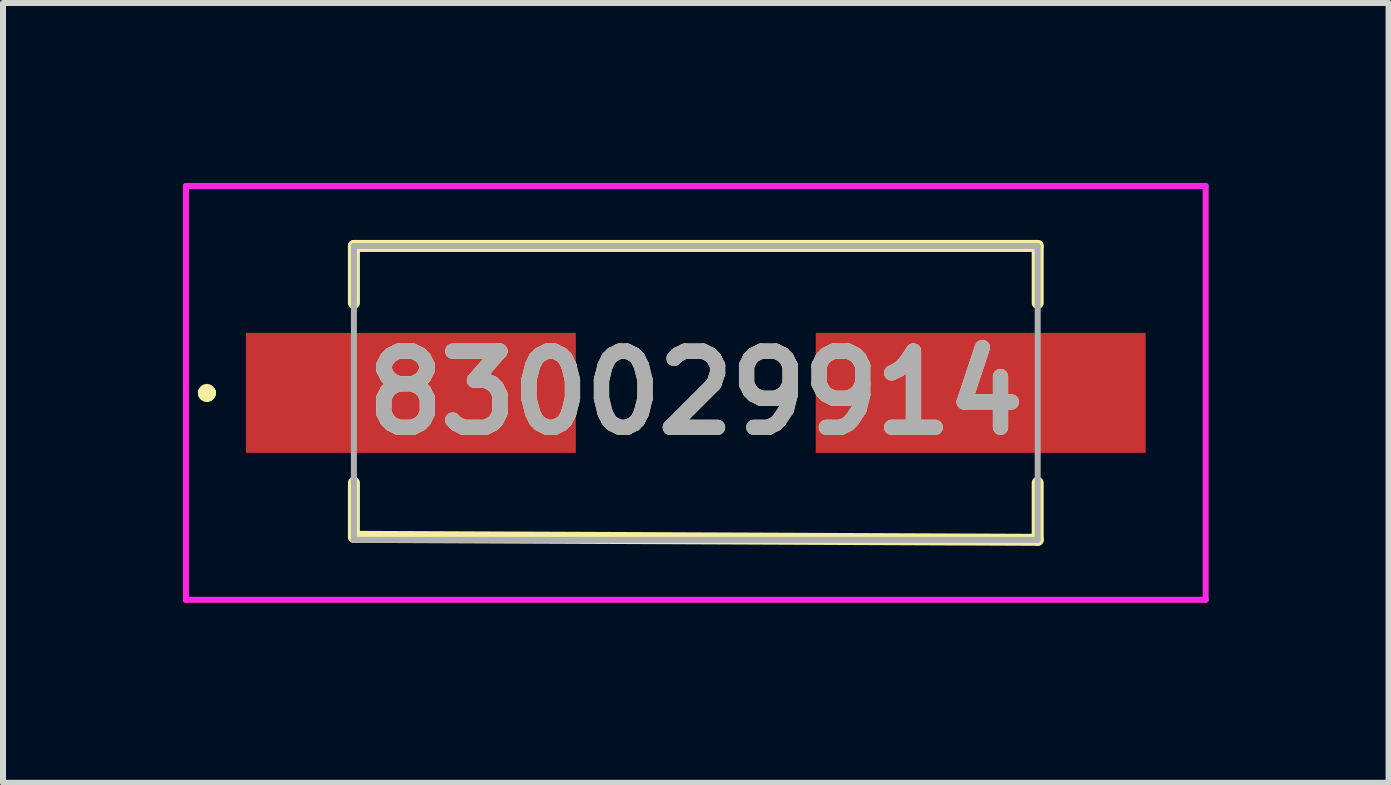
<source format=kicad_pcb>
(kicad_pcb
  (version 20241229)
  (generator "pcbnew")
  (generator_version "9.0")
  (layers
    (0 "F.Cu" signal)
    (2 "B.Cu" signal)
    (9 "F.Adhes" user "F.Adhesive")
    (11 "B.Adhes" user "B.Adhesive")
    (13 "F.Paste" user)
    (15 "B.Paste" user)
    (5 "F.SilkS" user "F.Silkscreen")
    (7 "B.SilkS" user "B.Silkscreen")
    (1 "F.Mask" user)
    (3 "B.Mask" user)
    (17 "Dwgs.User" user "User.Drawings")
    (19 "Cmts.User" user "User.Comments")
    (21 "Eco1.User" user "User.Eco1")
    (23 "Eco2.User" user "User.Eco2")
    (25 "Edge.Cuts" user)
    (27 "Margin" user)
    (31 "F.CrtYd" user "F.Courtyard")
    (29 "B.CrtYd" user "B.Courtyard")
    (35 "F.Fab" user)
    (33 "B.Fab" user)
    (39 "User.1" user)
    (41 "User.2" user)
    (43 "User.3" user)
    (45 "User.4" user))
  (footprint "830029914"
    (layer "F.Cu")
    (at 8.55 3.5)
    (property "Reference" "830029914" (at 0 0 0) (layer "F.SilkS") (effects (font (size 1.27 1.27) (thickness 0.254))))
    (attr smd)
    (fp_line (start -8.2 0) (end -8.2 0) (stroke (width 0.2) (type solid)) (layer "F.SilkS"))
    (fp_line (start -8.2 0) (end -8.2 0) (stroke (width 0.2) (type solid)) (layer "F.SilkS"))
    (fp_line (start -8.1 0) (end -8.1 0) (stroke (width 0.2) (type solid)) (layer "F.SilkS"))
    (fp_line (start -5.7 -2.45) (end 5.7 -2.45) (stroke (width 0.2) (type solid)) (layer "F.SilkS"))
    (fp_line (start -5.7 -1.5) (end -5.7 -2.45) (stroke (width 0.2) (type solid)) (layer "F.SilkS"))
    (fp_line (start -5.7 1.5) (end -5.7 2.4) (stroke (width 0.2) (type solid)) (layer "F.SilkS"))
    (fp_line (start -5.7 2.4) (end 5.7 2.45) (stroke (width 0.2) (type solid)) (layer "F.SilkS"))
    (fp_line (start 5.7 -2.45) (end 5.7 -1.5) (stroke (width 0.2) (type solid)) (layer "F.SilkS"))
    (fp_line (start 5.7 2.45) (end 5.7 1.5) (stroke (width 0.2) (type solid)) (layer "F.SilkS"))
    (fp_arc (start -8.2 0) (mid -8.15 -0.05) (end -8.1 0) (stroke (width 0.2) (type solid)) (layer "F.SilkS"))
    (fp_arc (start -8.1 0) (mid -8.15 0.05) (end -8.2 0) (stroke (width 0.2) (type solid)) (layer "F.SilkS"))
    (fp_arc (start -8.1 0) (mid -8.15 0.05) (end -8.2 0) (stroke (width 0.2) (type solid)) (layer "F.SilkS"))
    (fp_line (start -8.5 -3.45) (end 8.5 -3.45) (stroke (width 0.1) (type solid)) (layer "F.CrtYd"))
    (fp_line (start -8.5 3.45) (end -8.5 -3.45) (stroke (width 0.1) (type solid)) (layer "F.CrtYd"))
    (fp_line (start 8.5 -3.45) (end 8.5 3.45) (stroke (width 0.1) (type solid)) (layer "F.CrtYd"))
    (fp_line (start 8.5 3.45) (end -8.5 3.45) (stroke (width 0.1) (type solid)) (layer "F.CrtYd"))
    (fp_line (start -5.7 -2.45) (end 5.7 -2.45) (stroke (width 0.1) (type solid)) (layer "F.Fab"))
    (fp_line (start -5.7 2.45) (end -5.7 -2.45) (stroke (width 0.1) (type solid)) (layer "F.Fab"))
    (fp_line (start 5.7 -2.45) (end 5.7 2.45) (stroke (width 0.1) (type solid)) (layer "F.Fab"))
    (fp_line (start 5.7 2.45) (end -5.7 2.45) (stroke (width 0.1) (type solid)) (layer "F.Fab"))
    (fp_text user "${REFERENCE}" (at 0 0 0) (layer "F.Fab") (effects (font (size 1.27 1.27) (thickness 0.254))))
    (pad "1" smd rect (at -4.75 0 90) (size 2 5.5) (layers "F.Cu" "F.Mask" "F.Paste"))
    (pad "2" smd rect (at 4.75 0 90) (size 2 5.5) (layers "F.Cu" "F.Mask" "F.Paste")))
  (gr_rect
    (start -3 -3)
    (end 20.1 10)
    (stroke (width 0.1) (type default))
    (fill no)
    (layer "Edge.Cuts")))
</source>
